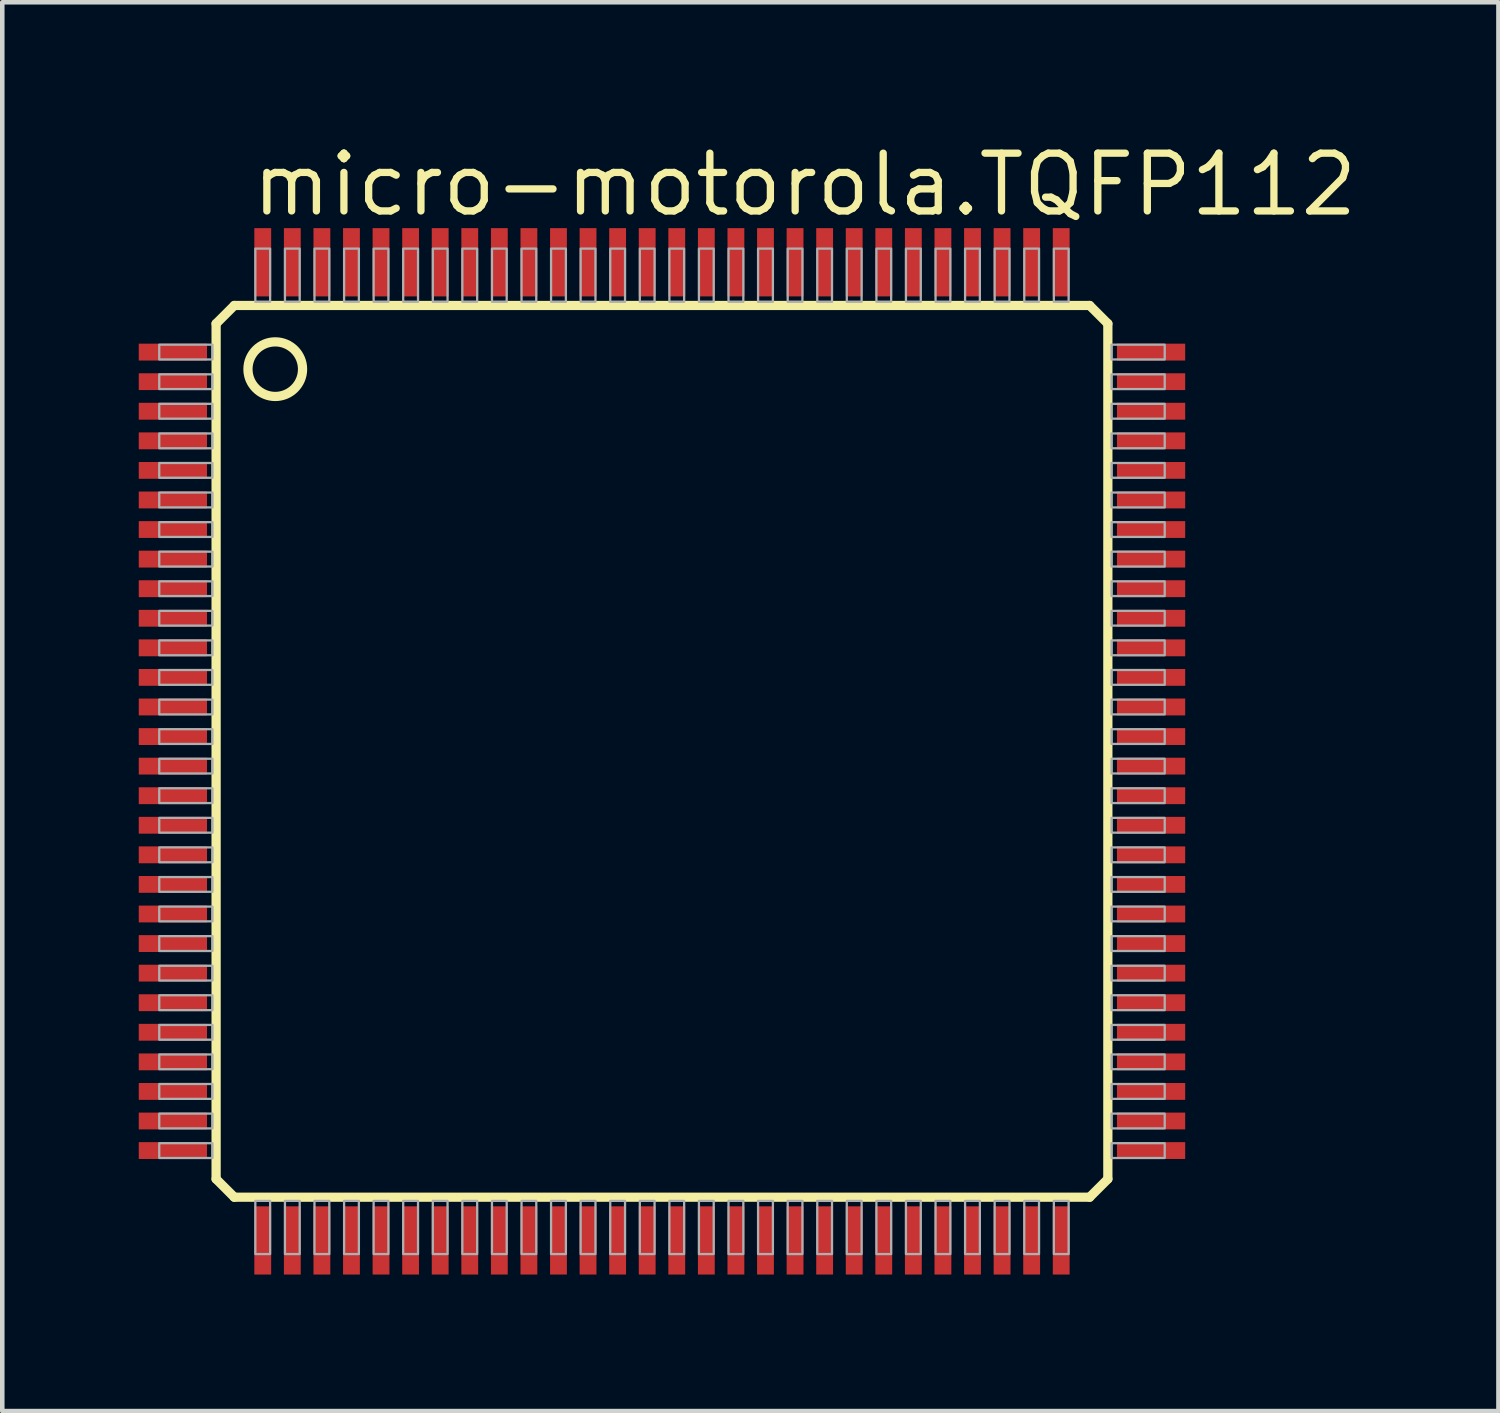
<source format=kicad_pcb>
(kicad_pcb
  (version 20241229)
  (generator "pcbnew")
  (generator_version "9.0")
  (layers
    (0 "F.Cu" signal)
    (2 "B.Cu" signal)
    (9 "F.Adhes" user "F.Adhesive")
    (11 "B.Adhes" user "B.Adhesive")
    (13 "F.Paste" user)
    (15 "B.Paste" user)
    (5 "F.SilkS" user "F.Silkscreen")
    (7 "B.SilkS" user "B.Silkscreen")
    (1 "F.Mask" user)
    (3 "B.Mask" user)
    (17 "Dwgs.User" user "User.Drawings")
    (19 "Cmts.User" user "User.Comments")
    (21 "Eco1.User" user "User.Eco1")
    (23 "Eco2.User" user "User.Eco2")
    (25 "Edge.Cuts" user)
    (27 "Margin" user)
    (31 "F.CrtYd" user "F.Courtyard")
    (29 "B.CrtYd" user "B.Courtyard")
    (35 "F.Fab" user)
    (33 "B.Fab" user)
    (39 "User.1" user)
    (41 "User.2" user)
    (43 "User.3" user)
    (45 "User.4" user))
  (footprint "micro-motorola.TQFP112"
    (layer "F.Cu")
    (at 11.5 13.464)
    (property "Reference" "micro-motorola.TQFP112" (at -9.092 -11.714 0) (layer "F.SilkS") (effects (font (size 1.27 1.27) (thickness 0.16)) (justify left bottom)))
    (attr smd)
    (fp_line (start -9.8 9.4) (end -9.8 -9.4) (stroke (width 0.203) (type default)) (layer "F.SilkS"))
    (fp_line (start -9.8 9.4) (end -9.4 9.8) (stroke (width 0.203) (type default)) (layer "F.SilkS"))
    (fp_line (start -9.4 -9.8) (end -9.8 -9.4) (stroke (width 0.203) (type default)) (layer "F.SilkS"))
    (fp_line (start -9.4 -9.8) (end 9.4 -9.8) (stroke (width 0.203) (type default)) (layer "F.SilkS"))
    (fp_line (start 9.4 9.8) (end -9.4 9.8) (stroke (width 0.203) (type default)) (layer "F.SilkS"))
    (fp_line (start 9.4 9.8) (end 9.8 9.4) (stroke (width 0.203) (type default)) (layer "F.SilkS"))
    (fp_line (start 9.8 -9.4) (end 9.4 -9.8) (stroke (width 0.203) (type default)) (layer "F.SilkS"))
    (fp_line (start 9.8 -9.4) (end 9.8 9.4) (stroke (width 0.203) (type default)) (layer "F.SilkS"))
    (fp_circle (center -8.5 -8.4) (end -7.9 -8.4) (stroke (width 0.203) (type default)) (fill no) (layer "F.SilkS"))
    (fp_rect (start -11.05 -8.613) (end -9.88 -8.938) (stroke (width 0.05) (type default)) (fill no) (layer "F.Fab"))
    (fp_rect (start -11.05 -7.963) (end -9.88 -8.287) (stroke (width 0.05) (type default)) (fill no) (layer "F.Fab"))
    (fp_rect (start -11.05 -7.312) (end -9.88 -7.638) (stroke (width 0.05) (type default)) (fill no) (layer "F.Fab"))
    (fp_rect (start -11.05 -6.662) (end -9.88 -6.987) (stroke (width 0.05) (type default)) (fill no) (layer "F.Fab"))
    (fp_rect (start -11.05 -6.013) (end -9.88 -6.338) (stroke (width 0.05) (type default)) (fill no) (layer "F.Fab"))
    (fp_rect (start -11.05 -5.362) (end -9.88 -5.688) (stroke (width 0.05) (type default)) (fill no) (layer "F.Fab"))
    (fp_rect (start -11.05 -4.713) (end -9.88 -5.037) (stroke (width 0.05) (type default)) (fill no) (layer "F.Fab"))
    (fp_rect (start -11.05 -4.062) (end -9.88 -4.388) (stroke (width 0.05) (type default)) (fill no) (layer "F.Fab"))
    (fp_rect (start -11.05 -3.413) (end -9.88 -3.737) (stroke (width 0.05) (type default)) (fill no) (layer "F.Fab"))
    (fp_rect (start -11.05 -2.763) (end -9.88 -3.087) (stroke (width 0.05) (type default)) (fill no) (layer "F.Fab"))
    (fp_rect (start -11.05 -2.112) (end -9.88 -2.438) (stroke (width 0.05) (type default)) (fill no) (layer "F.Fab"))
    (fp_rect (start -11.05 -1.462) (end -9.88 -1.788) (stroke (width 0.05) (type default)) (fill no) (layer "F.Fab"))
    (fp_rect (start -11.05 -0.812) (end -9.88 -1.137) (stroke (width 0.05) (type default)) (fill no) (layer "F.Fab"))
    (fp_rect (start -11.05 -0.163) (end -9.88 -0.487) (stroke (width 0.05) (type default)) (fill no) (layer "F.Fab"))
    (fp_rect (start -11.05 0.487) (end -9.88 0.163) (stroke (width 0.05) (type default)) (fill no) (layer "F.Fab"))
    (fp_rect (start -11.05 1.137) (end -9.88 0.812) (stroke (width 0.05) (type default)) (fill no) (layer "F.Fab"))
    (fp_rect (start -11.05 1.788) (end -9.88 1.462) (stroke (width 0.05) (type default)) (fill no) (layer "F.Fab"))
    (fp_rect (start -11.05 2.438) (end -9.88 2.112) (stroke (width 0.05) (type default)) (fill no) (layer "F.Fab"))
    (fp_rect (start -11.05 3.087) (end -9.88 2.763) (stroke (width 0.05) (type default)) (fill no) (layer "F.Fab"))
    (fp_rect (start -11.05 3.737) (end -9.88 3.413) (stroke (width 0.05) (type default)) (fill no) (layer "F.Fab"))
    (fp_rect (start -11.05 4.388) (end -9.88 4.062) (stroke (width 0.05) (type default)) (fill no) (layer "F.Fab"))
    (fp_rect (start -11.05 5.037) (end -9.88 4.713) (stroke (width 0.05) (type default)) (fill no) (layer "F.Fab"))
    (fp_rect (start -11.05 5.688) (end -9.88 5.362) (stroke (width 0.05) (type default)) (fill no) (layer "F.Fab"))
    (fp_rect (start -11.05 6.338) (end -9.88 6.013) (stroke (width 0.05) (type default)) (fill no) (layer "F.Fab"))
    (fp_rect (start -11.05 6.987) (end -9.88 6.662) (stroke (width 0.05) (type default)) (fill no) (layer "F.Fab"))
    (fp_rect (start -11.05 7.638) (end -9.88 7.312) (stroke (width 0.05) (type default)) (fill no) (layer "F.Fab"))
    (fp_rect (start -11.05 8.287) (end -9.88 7.963) (stroke (width 0.05) (type default)) (fill no) (layer "F.Fab"))
    (fp_rect (start -11.05 8.938) (end -9.88 8.613) (stroke (width 0.05) (type default)) (fill no) (layer "F.Fab"))
    (fp_rect (start -8.938 -9.88) (end -8.613 -11.05) (stroke (width 0.05) (type default)) (fill no) (layer "F.Fab"))
    (fp_rect (start -8.938 11.05) (end -8.613 9.88) (stroke (width 0.05) (type default)) (fill no) (layer "F.Fab"))
    (fp_rect (start -8.287 -9.88) (end -7.963 -11.05) (stroke (width 0.05) (type default)) (fill no) (layer "F.Fab"))
    (fp_rect (start -8.287 11.05) (end -7.963 9.88) (stroke (width 0.05) (type default)) (fill no) (layer "F.Fab"))
    (fp_rect (start -7.638 -9.88) (end -7.312 -11.05) (stroke (width 0.05) (type default)) (fill no) (layer "F.Fab"))
    (fp_rect (start -7.638 11.05) (end -7.312 9.88) (stroke (width 0.05) (type default)) (fill no) (layer "F.Fab"))
    (fp_rect (start -6.987 -9.88) (end -6.662 -11.05) (stroke (width 0.05) (type default)) (fill no) (layer "F.Fab"))
    (fp_rect (start -6.987 11.05) (end -6.662 9.88) (stroke (width 0.05) (type default)) (fill no) (layer "F.Fab"))
    (fp_rect (start -6.338 -9.88) (end -6.013 -11.05) (stroke (width 0.05) (type default)) (fill no) (layer "F.Fab"))
    (fp_rect (start -6.338 11.05) (end -6.013 9.88) (stroke (width 0.05) (type default)) (fill no) (layer "F.Fab"))
    (fp_rect (start -5.688 -9.88) (end -5.362 -11.05) (stroke (width 0.05) (type default)) (fill no) (layer "F.Fab"))
    (fp_rect (start -5.688 11.05) (end -5.362 9.88) (stroke (width 0.05) (type default)) (fill no) (layer "F.Fab"))
    (fp_rect (start -5.037 -9.88) (end -4.713 -11.05) (stroke (width 0.05) (type default)) (fill no) (layer "F.Fab"))
    (fp_rect (start -5.037 11.05) (end -4.713 9.88) (stroke (width 0.05) (type default)) (fill no) (layer "F.Fab"))
    (fp_rect (start -4.388 -9.88) (end -4.062 -11.05) (stroke (width 0.05) (type default)) (fill no) (layer "F.Fab"))
    (fp_rect (start -4.388 11.05) (end -4.062 9.88) (stroke (width 0.05) (type default)) (fill no) (layer "F.Fab"))
    (fp_rect (start -3.737 -9.88) (end -3.413 -11.05) (stroke (width 0.05) (type default)) (fill no) (layer "F.Fab"))
    (fp_rect (start -3.737 11.05) (end -3.413 9.88) (stroke (width 0.05) (type default)) (fill no) (layer "F.Fab"))
    (fp_rect (start -3.087 -9.88) (end -2.763 -11.05) (stroke (width 0.05) (type default)) (fill no) (layer "F.Fab"))
    (fp_rect (start -3.087 11.05) (end -2.763 9.88) (stroke (width 0.05) (type default)) (fill no) (layer "F.Fab"))
    (fp_rect (start -2.438 -9.88) (end -2.112 -11.05) (stroke (width 0.05) (type default)) (fill no) (layer "F.Fab"))
    (fp_rect (start -2.438 11.05) (end -2.112 9.88) (stroke (width 0.05) (type default)) (fill no) (layer "F.Fab"))
    (fp_rect (start -1.788 -9.88) (end -1.462 -11.05) (stroke (width 0.05) (type default)) (fill no) (layer "F.Fab"))
    (fp_rect (start -1.788 11.05) (end -1.462 9.88) (stroke (width 0.05) (type default)) (fill no) (layer "F.Fab"))
    (fp_rect (start -1.137 -9.88) (end -0.812 -11.05) (stroke (width 0.05) (type default)) (fill no) (layer "F.Fab"))
    (fp_rect (start -1.137 11.05) (end -0.812 9.88) (stroke (width 0.05) (type default)) (fill no) (layer "F.Fab"))
    (fp_rect (start -0.487 -9.88) (end -0.163 -11.05) (stroke (width 0.05) (type default)) (fill no) (layer "F.Fab"))
    (fp_rect (start -0.487 11.05) (end -0.163 9.88) (stroke (width 0.05) (type default)) (fill no) (layer "F.Fab"))
    (fp_rect (start 0.163 -9.88) (end 0.487 -11.05) (stroke (width 0.05) (type default)) (fill no) (layer "F.Fab"))
    (fp_rect (start 0.163 11.05) (end 0.487 9.88) (stroke (width 0.05) (type default)) (fill no) (layer "F.Fab"))
    (fp_rect (start 0.812 -9.88) (end 1.137 -11.05) (stroke (width 0.05) (type default)) (fill no) (layer "F.Fab"))
    (fp_rect (start 0.812 11.05) (end 1.137 9.88) (stroke (width 0.05) (type default)) (fill no) (layer "F.Fab"))
    (fp_rect (start 1.462 -9.88) (end 1.788 -11.05) (stroke (width 0.05) (type default)) (fill no) (layer "F.Fab"))
    (fp_rect (start 1.462 11.05) (end 1.788 9.88) (stroke (width 0.05) (type default)) (fill no) (layer "F.Fab"))
    (fp_rect (start 2.112 -9.88) (end 2.438 -11.05) (stroke (width 0.05) (type default)) (fill no) (layer "F.Fab"))
    (fp_rect (start 2.112 11.05) (end 2.438 9.88) (stroke (width 0.05) (type default)) (fill no) (layer "F.Fab"))
    (fp_rect (start 2.763 -9.88) (end 3.087 -11.05) (stroke (width 0.05) (type default)) (fill no) (layer "F.Fab"))
    (fp_rect (start 2.763 11.05) (end 3.087 9.88) (stroke (width 0.05) (type default)) (fill no) (layer "F.Fab"))
    (fp_rect (start 3.413 -9.88) (end 3.737 -11.05) (stroke (width 0.05) (type default)) (fill no) (layer "F.Fab"))
    (fp_rect (start 3.413 11.05) (end 3.737 9.88) (stroke (width 0.05) (type default)) (fill no) (layer "F.Fab"))
    (fp_rect (start 4.062 -9.88) (end 4.388 -11.05) (stroke (width 0.05) (type default)) (fill no) (layer "F.Fab"))
    (fp_rect (start 4.062 11.05) (end 4.388 9.88) (stroke (width 0.05) (type default)) (fill no) (layer "F.Fab"))
    (fp_rect (start 4.713 -9.88) (end 5.037 -11.05) (stroke (width 0.05) (type default)) (fill no) (layer "F.Fab"))
    (fp_rect (start 4.713 11.05) (end 5.037 9.88) (stroke (width 0.05) (type default)) (fill no) (layer "F.Fab"))
    (fp_rect (start 5.362 -9.88) (end 5.688 -11.05) (stroke (width 0.05) (type default)) (fill no) (layer "F.Fab"))
    (fp_rect (start 5.362 11.05) (end 5.688 9.88) (stroke (width 0.05) (type default)) (fill no) (layer "F.Fab"))
    (fp_rect (start 6.013 -9.88) (end 6.338 -11.05) (stroke (width 0.05) (type default)) (fill no) (layer "F.Fab"))
    (fp_rect (start 6.013 11.05) (end 6.338 9.88) (stroke (width 0.05) (type default)) (fill no) (layer "F.Fab"))
    (fp_rect (start 6.662 -9.88) (end 6.987 -11.05) (stroke (width 0.05) (type default)) (fill no) (layer "F.Fab"))
    (fp_rect (start 6.662 11.05) (end 6.987 9.88) (stroke (width 0.05) (type default)) (fill no) (layer "F.Fab"))
    (fp_rect (start 7.312 -9.88) (end 7.638 -11.05) (stroke (width 0.05) (type default)) (fill no) (layer "F.Fab"))
    (fp_rect (start 7.312 11.05) (end 7.638 9.88) (stroke (width 0.05) (type default)) (fill no) (layer "F.Fab"))
    (fp_rect (start 7.963 -9.88) (end 8.287 -11.05) (stroke (width 0.05) (type default)) (fill no) (layer "F.Fab"))
    (fp_rect (start 7.963 11.05) (end 8.287 9.88) (stroke (width 0.05) (type default)) (fill no) (layer "F.Fab"))
    (fp_rect (start 8.613 -9.88) (end 8.938 -11.05) (stroke (width 0.05) (type default)) (fill no) (layer "F.Fab"))
    (fp_rect (start 8.613 11.05) (end 8.938 9.88) (stroke (width 0.05) (type default)) (fill no) (layer "F.Fab"))
    (fp_rect (start 9.88 -8.613) (end 11.05 -8.938) (stroke (width 0.05) (type default)) (fill no) (layer "F.Fab"))
    (fp_rect (start 9.88 -7.963) (end 11.05 -8.287) (stroke (width 0.05) (type default)) (fill no) (layer "F.Fab"))
    (fp_rect (start 9.88 -7.312) (end 11.05 -7.638) (stroke (width 0.05) (type default)) (fill no) (layer "F.Fab"))
    (fp_rect (start 9.88 -6.662) (end 11.05 -6.987) (stroke (width 0.05) (type default)) (fill no) (layer "F.Fab"))
    (fp_rect (start 9.88 -6.013) (end 11.05 -6.338) (stroke (width 0.05) (type default)) (fill no) (layer "F.Fab"))
    (fp_rect (start 9.88 -5.362) (end 11.05 -5.688) (stroke (width 0.05) (type default)) (fill no) (layer "F.Fab"))
    (fp_rect (start 9.88 -4.713) (end 11.05 -5.037) (stroke (width 0.05) (type default)) (fill no) (layer "F.Fab"))
    (fp_rect (start 9.88 -4.062) (end 11.05 -4.388) (stroke (width 0.05) (type default)) (fill no) (layer "F.Fab"))
    (fp_rect (start 9.88 -3.413) (end 11.05 -3.737) (stroke (width 0.05) (type default)) (fill no) (layer "F.Fab"))
    (fp_rect (start 9.88 -2.763) (end 11.05 -3.087) (stroke (width 0.05) (type default)) (fill no) (layer "F.Fab"))
    (fp_rect (start 9.88 -2.112) (end 11.05 -2.438) (stroke (width 0.05) (type default)) (fill no) (layer "F.Fab"))
    (fp_rect (start 9.88 -1.462) (end 11.05 -1.788) (stroke (width 0.05) (type default)) (fill no) (layer "F.Fab"))
    (fp_rect (start 9.88 -0.812) (end 11.05 -1.137) (stroke (width 0.05) (type default)) (fill no) (layer "F.Fab"))
    (fp_rect (start 9.88 -0.163) (end 11.05 -0.487) (stroke (width 0.05) (type default)) (fill no) (layer "F.Fab"))
    (fp_rect (start 9.88 0.487) (end 11.05 0.163) (stroke (width 0.05) (type default)) (fill no) (layer "F.Fab"))
    (fp_rect (start 9.88 1.137) (end 11.05 0.812) (stroke (width 0.05) (type default)) (fill no) (layer "F.Fab"))
    (fp_rect (start 9.88 1.788) (end 11.05 1.462) (stroke (width 0.05) (type default)) (fill no) (layer "F.Fab"))
    (fp_rect (start 9.88 2.438) (end 11.05 2.112) (stroke (width 0.05) (type default)) (fill no) (layer "F.Fab"))
    (fp_rect (start 9.88 3.087) (end 11.05 2.763) (stroke (width 0.05) (type default)) (fill no) (layer "F.Fab"))
    (fp_rect (start 9.88 3.737) (end 11.05 3.413) (stroke (width 0.05) (type default)) (fill no) (layer "F.Fab"))
    (fp_rect (start 9.88 4.388) (end 11.05 4.062) (stroke (width 0.05) (type default)) (fill no) (layer "F.Fab"))
    (fp_rect (start 9.88 5.037) (end 11.05 4.713) (stroke (width 0.05) (type default)) (fill no) (layer "F.Fab"))
    (fp_rect (start 9.88 5.688) (end 11.05 5.362) (stroke (width 0.05) (type default)) (fill no) (layer "F.Fab"))
    (fp_rect (start 9.88 6.338) (end 11.05 6.013) (stroke (width 0.05) (type default)) (fill no) (layer "F.Fab"))
    (fp_rect (start 9.88 6.987) (end 11.05 6.662) (stroke (width 0.05) (type default)) (fill no) (layer "F.Fab"))
    (fp_rect (start 9.88 7.638) (end 11.05 7.312) (stroke (width 0.05) (type default)) (fill no) (layer "F.Fab"))
    (fp_rect (start 9.88 8.287) (end 11.05 7.963) (stroke (width 0.05) (type default)) (fill no) (layer "F.Fab"))
    (fp_rect (start 9.88 8.938) (end 11.05 8.613) (stroke (width 0.05) (type default)) (fill no) (layer "F.Fab"))
    (pad "1" smd roundrect (at -10.75 -8.775) (size 1.5 0.37) (layers "F.Cu" "F.Mask" "F.Paste") (roundrect_rratio 0.01))
    (pad "2" smd roundrect (at -10.75 -8.125) (size 1.5 0.37) (layers "F.Cu" "F.Mask" "F.Paste") (roundrect_rratio 0.01))
    (pad "3" smd roundrect (at -10.75 -7.475) (size 1.5 0.37) (layers "F.Cu" "F.Mask" "F.Paste") (roundrect_rratio 0.01))
    (pad "4" smd roundrect (at -10.75 -6.825) (size 1.5 0.37) (layers "F.Cu" "F.Mask" "F.Paste") (roundrect_rratio 0.01))
    (pad "5" smd roundrect (at -10.75 -6.175) (size 1.5 0.37) (layers "F.Cu" "F.Mask" "F.Paste") (roundrect_rratio 0.01))
    (pad "6" smd roundrect (at -10.75 -5.525) (size 1.5 0.37) (layers "F.Cu" "F.Mask" "F.Paste") (roundrect_rratio 0.01))
    (pad "7" smd roundrect (at -10.75 -4.875) (size 1.5 0.37) (layers "F.Cu" "F.Mask" "F.Paste") (roundrect_rratio 0.01))
    (pad "8" smd roundrect (at -10.75 -4.225) (size 1.5 0.37) (layers "F.Cu" "F.Mask" "F.Paste") (roundrect_rratio 0.01))
    (pad "9" smd roundrect (at -10.75 -3.575) (size 1.5 0.37) (layers "F.Cu" "F.Mask" "F.Paste") (roundrect_rratio 0.01))
    (pad "10" smd roundrect (at -10.75 -2.925) (size 1.5 0.37) (layers "F.Cu" "F.Mask" "F.Paste") (roundrect_rratio 0.01))
    (pad "11" smd roundrect (at -10.75 -2.275) (size 1.5 0.37) (layers "F.Cu" "F.Mask" "F.Paste") (roundrect_rratio 0.01))
    (pad "12" smd roundrect (at -10.75 -1.625) (size 1.5 0.37) (layers "F.Cu" "F.Mask" "F.Paste") (roundrect_rratio 0.01))
    (pad "13" smd roundrect (at -10.75 -0.975) (size 1.5 0.37) (layers "F.Cu" "F.Mask" "F.Paste") (roundrect_rratio 0.01))
    (pad "14" smd roundrect (at -10.75 -0.325) (size 1.5 0.37) (layers "F.Cu" "F.Mask" "F.Paste") (roundrect_rratio 0.01))
    (pad "15" smd roundrect (at -10.75 0.325) (size 1.5 0.37) (layers "F.Cu" "F.Mask" "F.Paste") (roundrect_rratio 0.01))
    (pad "16" smd roundrect (at -10.75 0.975) (size 1.5 0.37) (layers "F.Cu" "F.Mask" "F.Paste") (roundrect_rratio 0.01))
    (pad "17" smd roundrect (at -10.75 1.625) (size 1.5 0.37) (layers "F.Cu" "F.Mask" "F.Paste") (roundrect_rratio 0.01))
    (pad "18" smd roundrect (at -10.75 2.275) (size 1.5 0.37) (layers "F.Cu" "F.Mask" "F.Paste") (roundrect_rratio 0.01))
    (pad "19" smd roundrect (at -10.75 2.925) (size 1.5 0.37) (layers "F.Cu" "F.Mask" "F.Paste") (roundrect_rratio 0.01))
    (pad "20" smd roundrect (at -10.75 3.575) (size 1.5 0.37) (layers "F.Cu" "F.Mask" "F.Paste") (roundrect_rratio 0.01))
    (pad "21" smd roundrect (at -10.75 4.225) (size 1.5 0.37) (layers "F.Cu" "F.Mask" "F.Paste") (roundrect_rratio 0.01))
    (pad "22" smd roundrect (at -10.75 4.875) (size 1.5 0.37) (layers "F.Cu" "F.Mask" "F.Paste") (roundrect_rratio 0.01))
    (pad "23" smd roundrect (at -10.75 5.525) (size 1.5 0.37) (layers "F.Cu" "F.Mask" "F.Paste") (roundrect_rratio 0.01))
    (pad "24" smd roundrect (at -10.75 6.175) (size 1.5 0.37) (layers "F.Cu" "F.Mask" "F.Paste") (roundrect_rratio 0.01))
    (pad "25" smd roundrect (at -10.75 6.825) (size 1.5 0.37) (layers "F.Cu" "F.Mask" "F.Paste") (roundrect_rratio 0.01))
    (pad "26" smd roundrect (at -10.75 7.475) (size 1.5 0.37) (layers "F.Cu" "F.Mask" "F.Paste") (roundrect_rratio 0.01))
    (pad "27" smd roundrect (at -10.75 8.125) (size 1.5 0.37) (layers "F.Cu" "F.Mask" "F.Paste") (roundrect_rratio 0.01))
    (pad "28" smd roundrect (at -10.75 8.775) (size 1.5 0.37) (layers "F.Cu" "F.Mask" "F.Paste") (roundrect_rratio 0.01))
    (pad "29" smd roundrect (at -8.775 10.75) (size 0.37 1.5) (layers "F.Cu" "F.Mask" "F.Paste") (roundrect_rratio 0.01))
    (pad "30" smd roundrect (at -8.125 10.75) (size 0.37 1.5) (layers "F.Cu" "F.Mask" "F.Paste") (roundrect_rratio 0.01))
    (pad "31" smd roundrect (at -7.475 10.75) (size 0.37 1.5) (layers "F.Cu" "F.Mask" "F.Paste") (roundrect_rratio 0.01))
    (pad "32" smd roundrect (at -6.825 10.75) (size 0.37 1.5) (layers "F.Cu" "F.Mask" "F.Paste") (roundrect_rratio 0.01))
    (pad "33" smd roundrect (at -6.175 10.75) (size 0.37 1.5) (layers "F.Cu" "F.Mask" "F.Paste") (roundrect_rratio 0.01))
    (pad "34" smd roundrect (at -5.525 10.75) (size 0.37 1.5) (layers "F.Cu" "F.Mask" "F.Paste") (roundrect_rratio 0.01))
    (pad "35" smd roundrect (at -4.875 10.75) (size 0.37 1.5) (layers "F.Cu" "F.Mask" "F.Paste") (roundrect_rratio 0.01))
    (pad "36" smd roundrect (at -4.225 10.75) (size 0.37 1.5) (layers "F.Cu" "F.Mask" "F.Paste") (roundrect_rratio 0.01))
    (pad "37" smd roundrect (at -3.575 10.75) (size 0.37 1.5) (layers "F.Cu" "F.Mask" "F.Paste") (roundrect_rratio 0.01))
    (pad "38" smd roundrect (at -2.925 10.75) (size 0.37 1.5) (layers "F.Cu" "F.Mask" "F.Paste") (roundrect_rratio 0.01))
    (pad "39" smd roundrect (at -2.275 10.75) (size 0.37 1.5) (layers "F.Cu" "F.Mask" "F.Paste") (roundrect_rratio 0.01))
    (pad "40" smd roundrect (at -1.625 10.75) (size 0.37 1.5) (layers "F.Cu" "F.Mask" "F.Paste") (roundrect_rratio 0.01))
    (pad "41" smd roundrect (at -0.975 10.75) (size 0.37 1.5) (layers "F.Cu" "F.Mask" "F.Paste") (roundrect_rratio 0.01))
    (pad "42" smd roundrect (at -0.325 10.75) (size 0.37 1.5) (layers "F.Cu" "F.Mask" "F.Paste") (roundrect_rratio 0.01))
    (pad "43" smd roundrect (at 0.325 10.75) (size 0.37 1.5) (layers "F.Cu" "F.Mask" "F.Paste") (roundrect_rratio 0.01))
    (pad "44" smd roundrect (at 0.975 10.75) (size 0.37 1.5) (layers "F.Cu" "F.Mask" "F.Paste") (roundrect_rratio 0.01))
    (pad "45" smd roundrect (at 1.625 10.75) (size 0.37 1.5) (layers "F.Cu" "F.Mask" "F.Paste") (roundrect_rratio 0.01))
    (pad "46" smd roundrect (at 2.275 10.75) (size 0.37 1.5) (layers "F.Cu" "F.Mask" "F.Paste") (roundrect_rratio 0.01))
    (pad "47" smd roundrect (at 2.925 10.75) (size 0.37 1.5) (layers "F.Cu" "F.Mask" "F.Paste") (roundrect_rratio 0.01))
    (pad "48" smd roundrect (at 3.575 10.75) (size 0.37 1.5) (layers "F.Cu" "F.Mask" "F.Paste") (roundrect_rratio 0.01))
    (pad "49" smd roundrect (at 4.225 10.75) (size 0.37 1.5) (layers "F.Cu" "F.Mask" "F.Paste") (roundrect_rratio 0.01))
    (pad "50" smd roundrect (at 4.875 10.75) (size 0.37 1.5) (layers "F.Cu" "F.Mask" "F.Paste") (roundrect_rratio 0.01))
    (pad "51" smd roundrect (at 5.525 10.75) (size 0.37 1.5) (layers "F.Cu" "F.Mask" "F.Paste") (roundrect_rratio 0.01))
    (pad "52" smd roundrect (at 6.175 10.75) (size 0.37 1.5) (layers "F.Cu" "F.Mask" "F.Paste") (roundrect_rratio 0.01))
    (pad "53" smd roundrect (at 6.825 10.75) (size 0.37 1.5) (layers "F.Cu" "F.Mask" "F.Paste") (roundrect_rratio 0.01))
    (pad "54" smd roundrect (at 7.475 10.75) (size 0.37 1.5) (layers "F.Cu" "F.Mask" "F.Paste") (roundrect_rratio 0.01))
    (pad "55" smd roundrect (at 8.125 10.75) (size 0.37 1.5) (layers "F.Cu" "F.Mask" "F.Paste") (roundrect_rratio 0.01))
    (pad "56" smd roundrect (at 8.775 10.75) (size 0.37 1.5) (layers "F.Cu" "F.Mask" "F.Paste") (roundrect_rratio 0.01))
    (pad "57" smd roundrect (at 10.75 8.775) (size 1.5 0.37) (layers "F.Cu" "F.Mask" "F.Paste") (roundrect_rratio 0.01))
    (pad "58" smd roundrect (at 10.75 8.125) (size 1.5 0.37) (layers "F.Cu" "F.Mask" "F.Paste") (roundrect_rratio 0.01))
    (pad "59" smd roundrect (at 10.75 7.475) (size 1.5 0.37) (layers "F.Cu" "F.Mask" "F.Paste") (roundrect_rratio 0.01))
    (pad "60" smd roundrect (at 10.75 6.825) (size 1.5 0.37) (layers "F.Cu" "F.Mask" "F.Paste") (roundrect_rratio 0.01))
    (pad "61" smd roundrect (at 10.75 6.175) (size 1.5 0.37) (layers "F.Cu" "F.Mask" "F.Paste") (roundrect_rratio 0.01))
    (pad "62" smd roundrect (at 10.75 5.525) (size 1.5 0.37) (layers "F.Cu" "F.Mask" "F.Paste") (roundrect_rratio 0.01))
    (pad "63" smd roundrect (at 10.75 4.875) (size 1.5 0.37) (layers "F.Cu" "F.Mask" "F.Paste") (roundrect_rratio 0.01))
    (pad "64" smd roundrect (at 10.75 4.225) (size 1.5 0.37) (layers "F.Cu" "F.Mask" "F.Paste") (roundrect_rratio 0.01))
    (pad "65" smd roundrect (at 10.75 3.575) (size 1.5 0.37) (layers "F.Cu" "F.Mask" "F.Paste") (roundrect_rratio 0.01))
    (pad "66" smd roundrect (at 10.75 2.925) (size 1.5 0.37) (layers "F.Cu" "F.Mask" "F.Paste") (roundrect_rratio 0.01))
    (pad "67" smd roundrect (at 10.75 2.275) (size 1.5 0.37) (layers "F.Cu" "F.Mask" "F.Paste") (roundrect_rratio 0.01))
    (pad "68" smd roundrect (at 10.75 1.625) (size 1.5 0.37) (layers "F.Cu" "F.Mask" "F.Paste") (roundrect_rratio 0.01))
    (pad "69" smd roundrect (at 10.75 0.975) (size 1.5 0.37) (layers "F.Cu" "F.Mask" "F.Paste") (roundrect_rratio 0.01))
    (pad "70" smd roundrect (at 10.75 0.325) (size 1.5 0.37) (layers "F.Cu" "F.Mask" "F.Paste") (roundrect_rratio 0.01))
    (pad "71" smd roundrect (at 10.75 -0.325) (size 1.5 0.37) (layers "F.Cu" "F.Mask" "F.Paste") (roundrect_rratio 0.01))
    (pad "72" smd roundrect (at 10.75 -0.975) (size 1.5 0.37) (layers "F.Cu" "F.Mask" "F.Paste") (roundrect_rratio 0.01))
    (pad "73" smd roundrect (at 10.75 -1.625) (size 1.5 0.37) (layers "F.Cu" "F.Mask" "F.Paste") (roundrect_rratio 0.01))
    (pad "74" smd roundrect (at 10.75 -2.275) (size 1.5 0.37) (layers "F.Cu" "F.Mask" "F.Paste") (roundrect_rratio 0.01))
    (pad "75" smd roundrect (at 10.75 -2.925) (size 1.5 0.37) (layers "F.Cu" "F.Mask" "F.Paste") (roundrect_rratio 0.01))
    (pad "76" smd roundrect (at 10.75 -3.575) (size 1.5 0.37) (layers "F.Cu" "F.Mask" "F.Paste") (roundrect_rratio 0.01))
    (pad "77" smd roundrect (at 10.75 -4.225) (size 1.5 0.37) (layers "F.Cu" "F.Mask" "F.Paste") (roundrect_rratio 0.01))
    (pad "78" smd roundrect (at 10.75 -4.875) (size 1.5 0.37) (layers "F.Cu" "F.Mask" "F.Paste") (roundrect_rratio 0.01))
    (pad "79" smd roundrect (at 10.75 -5.525) (size 1.5 0.37) (layers "F.Cu" "F.Mask" "F.Paste") (roundrect_rratio 0.01))
    (pad "80" smd roundrect (at 10.75 -6.175) (size 1.5 0.37) (layers "F.Cu" "F.Mask" "F.Paste") (roundrect_rratio 0.01))
    (pad "81" smd roundrect (at 10.75 -6.825) (size 1.5 0.37) (layers "F.Cu" "F.Mask" "F.Paste") (roundrect_rratio 0.01))
    (pad "82" smd roundrect (at 10.75 -7.475) (size 1.5 0.37) (layers "F.Cu" "F.Mask" "F.Paste") (roundrect_rratio 0.01))
    (pad "83" smd roundrect (at 10.75 -8.125) (size 1.5 0.37) (layers "F.Cu" "F.Mask" "F.Paste") (roundrect_rratio 0.01))
    (pad "84" smd roundrect (at 10.75 -8.775) (size 1.5 0.37) (layers "F.Cu" "F.Mask" "F.Paste") (roundrect_rratio 0.01))
    (pad "85" smd roundrect (at 8.775 -10.75) (size 0.37 1.5) (layers "F.Cu" "F.Mask" "F.Paste") (roundrect_rratio 0.01))
    (pad "86" smd roundrect (at 8.125 -10.75) (size 0.37 1.5) (layers "F.Cu" "F.Mask" "F.Paste") (roundrect_rratio 0.01))
    (pad "87" smd roundrect (at 7.475 -10.75) (size 0.37 1.5) (layers "F.Cu" "F.Mask" "F.Paste") (roundrect_rratio 0.01))
    (pad "88" smd roundrect (at 6.825 -10.75) (size 0.37 1.5) (layers "F.Cu" "F.Mask" "F.Paste") (roundrect_rratio 0.01))
    (pad "89" smd roundrect (at 6.175 -10.75) (size 0.37 1.5) (layers "F.Cu" "F.Mask" "F.Paste") (roundrect_rratio 0.01))
    (pad "90" smd roundrect (at 5.525 -10.75) (size 0.37 1.5) (layers "F.Cu" "F.Mask" "F.Paste") (roundrect_rratio 0.01))
    (pad "91" smd roundrect (at 4.875 -10.75) (size 0.37 1.5) (layers "F.Cu" "F.Mask" "F.Paste") (roundrect_rratio 0.01))
    (pad "92" smd roundrect (at 4.225 -10.75) (size 0.37 1.5) (layers "F.Cu" "F.Mask" "F.Paste") (roundrect_rratio 0.01))
    (pad "93" smd roundrect (at 3.575 -10.75) (size 0.37 1.5) (layers "F.Cu" "F.Mask" "F.Paste") (roundrect_rratio 0.01))
    (pad "94" smd roundrect (at 2.925 -10.75) (size 0.37 1.5) (layers "F.Cu" "F.Mask" "F.Paste") (roundrect_rratio 0.01))
    (pad "95" smd roundrect (at 2.275 -10.75) (size 0.37 1.5) (layers "F.Cu" "F.Mask" "F.Paste") (roundrect_rratio 0.01))
    (pad "96" smd roundrect (at 1.625 -10.75) (size 0.37 1.5) (layers "F.Cu" "F.Mask" "F.Paste") (roundrect_rratio 0.01))
    (pad "97" smd roundrect (at 0.975 -10.75) (size 0.37 1.5) (layers "F.Cu" "F.Mask" "F.Paste") (roundrect_rratio 0.01))
    (pad "98" smd roundrect (at 0.325 -10.75) (size 0.37 1.5) (layers "F.Cu" "F.Mask" "F.Paste") (roundrect_rratio 0.01))
    (pad "99" smd roundrect (at -0.325 -10.75) (size 0.37 1.5) (layers "F.Cu" "F.Mask" "F.Paste") (roundrect_rratio 0.01))
    (pad "100" smd roundrect (at -0.975 -10.75) (size 0.37 1.5) (layers "F.Cu" "F.Mask" "F.Paste") (roundrect_rratio 0.01))
    (pad "101" smd roundrect (at -1.625 -10.75) (size 0.37 1.5) (layers "F.Cu" "F.Mask" "F.Paste") (roundrect_rratio 0.01))
    (pad "102" smd roundrect (at -2.275 -10.75) (size 0.37 1.5) (layers "F.Cu" "F.Mask" "F.Paste") (roundrect_rratio 0.01))
    (pad "103" smd roundrect (at -2.925 -10.75) (size 0.37 1.5) (layers "F.Cu" "F.Mask" "F.Paste") (roundrect_rratio 0.01))
    (pad "104" smd roundrect (at -3.575 -10.75) (size 0.37 1.5) (layers "F.Cu" "F.Mask" "F.Paste") (roundrect_rratio 0.01))
    (pad "105" smd roundrect (at -4.225 -10.75) (size 0.37 1.5) (layers "F.Cu" "F.Mask" "F.Paste") (roundrect_rratio 0.01))
    (pad "106" smd roundrect (at -4.875 -10.75) (size 0.37 1.5) (layers "F.Cu" "F.Mask" "F.Paste") (roundrect_rratio 0.01))
    (pad "107" smd roundrect (at -5.525 -10.75) (size 0.37 1.5) (layers "F.Cu" "F.Mask" "F.Paste") (roundrect_rratio 0.01))
    (pad "108" smd roundrect (at -6.175 -10.75) (size 0.37 1.5) (layers "F.Cu" "F.Mask" "F.Paste") (roundrect_rratio 0.01))
    (pad "109" smd roundrect (at -6.825 -10.75) (size 0.37 1.5) (layers "F.Cu" "F.Mask" "F.Paste") (roundrect_rratio 0.01))
    (pad "110" smd roundrect (at -7.475 -10.75) (size 0.37 1.5) (layers "F.Cu" "F.Mask" "F.Paste") (roundrect_rratio 0.01))
    (pad "111" smd roundrect (at -8.125 -10.75) (size 0.37 1.5) (layers "F.Cu" "F.Mask" "F.Paste") (roundrect_rratio 0.01))
    (pad "112" smd roundrect (at -8.775 -10.75) (size 0.37 1.5) (layers "F.Cu" "F.Mask" "F.Paste") (roundrect_rratio 0.01)))
  (gr_rect
    (start -3 -3)
    (end 29.885 27.964)
    (stroke (width 0.1) (type default))
    (fill no)
    (layer "Edge.Cuts")))
</source>
